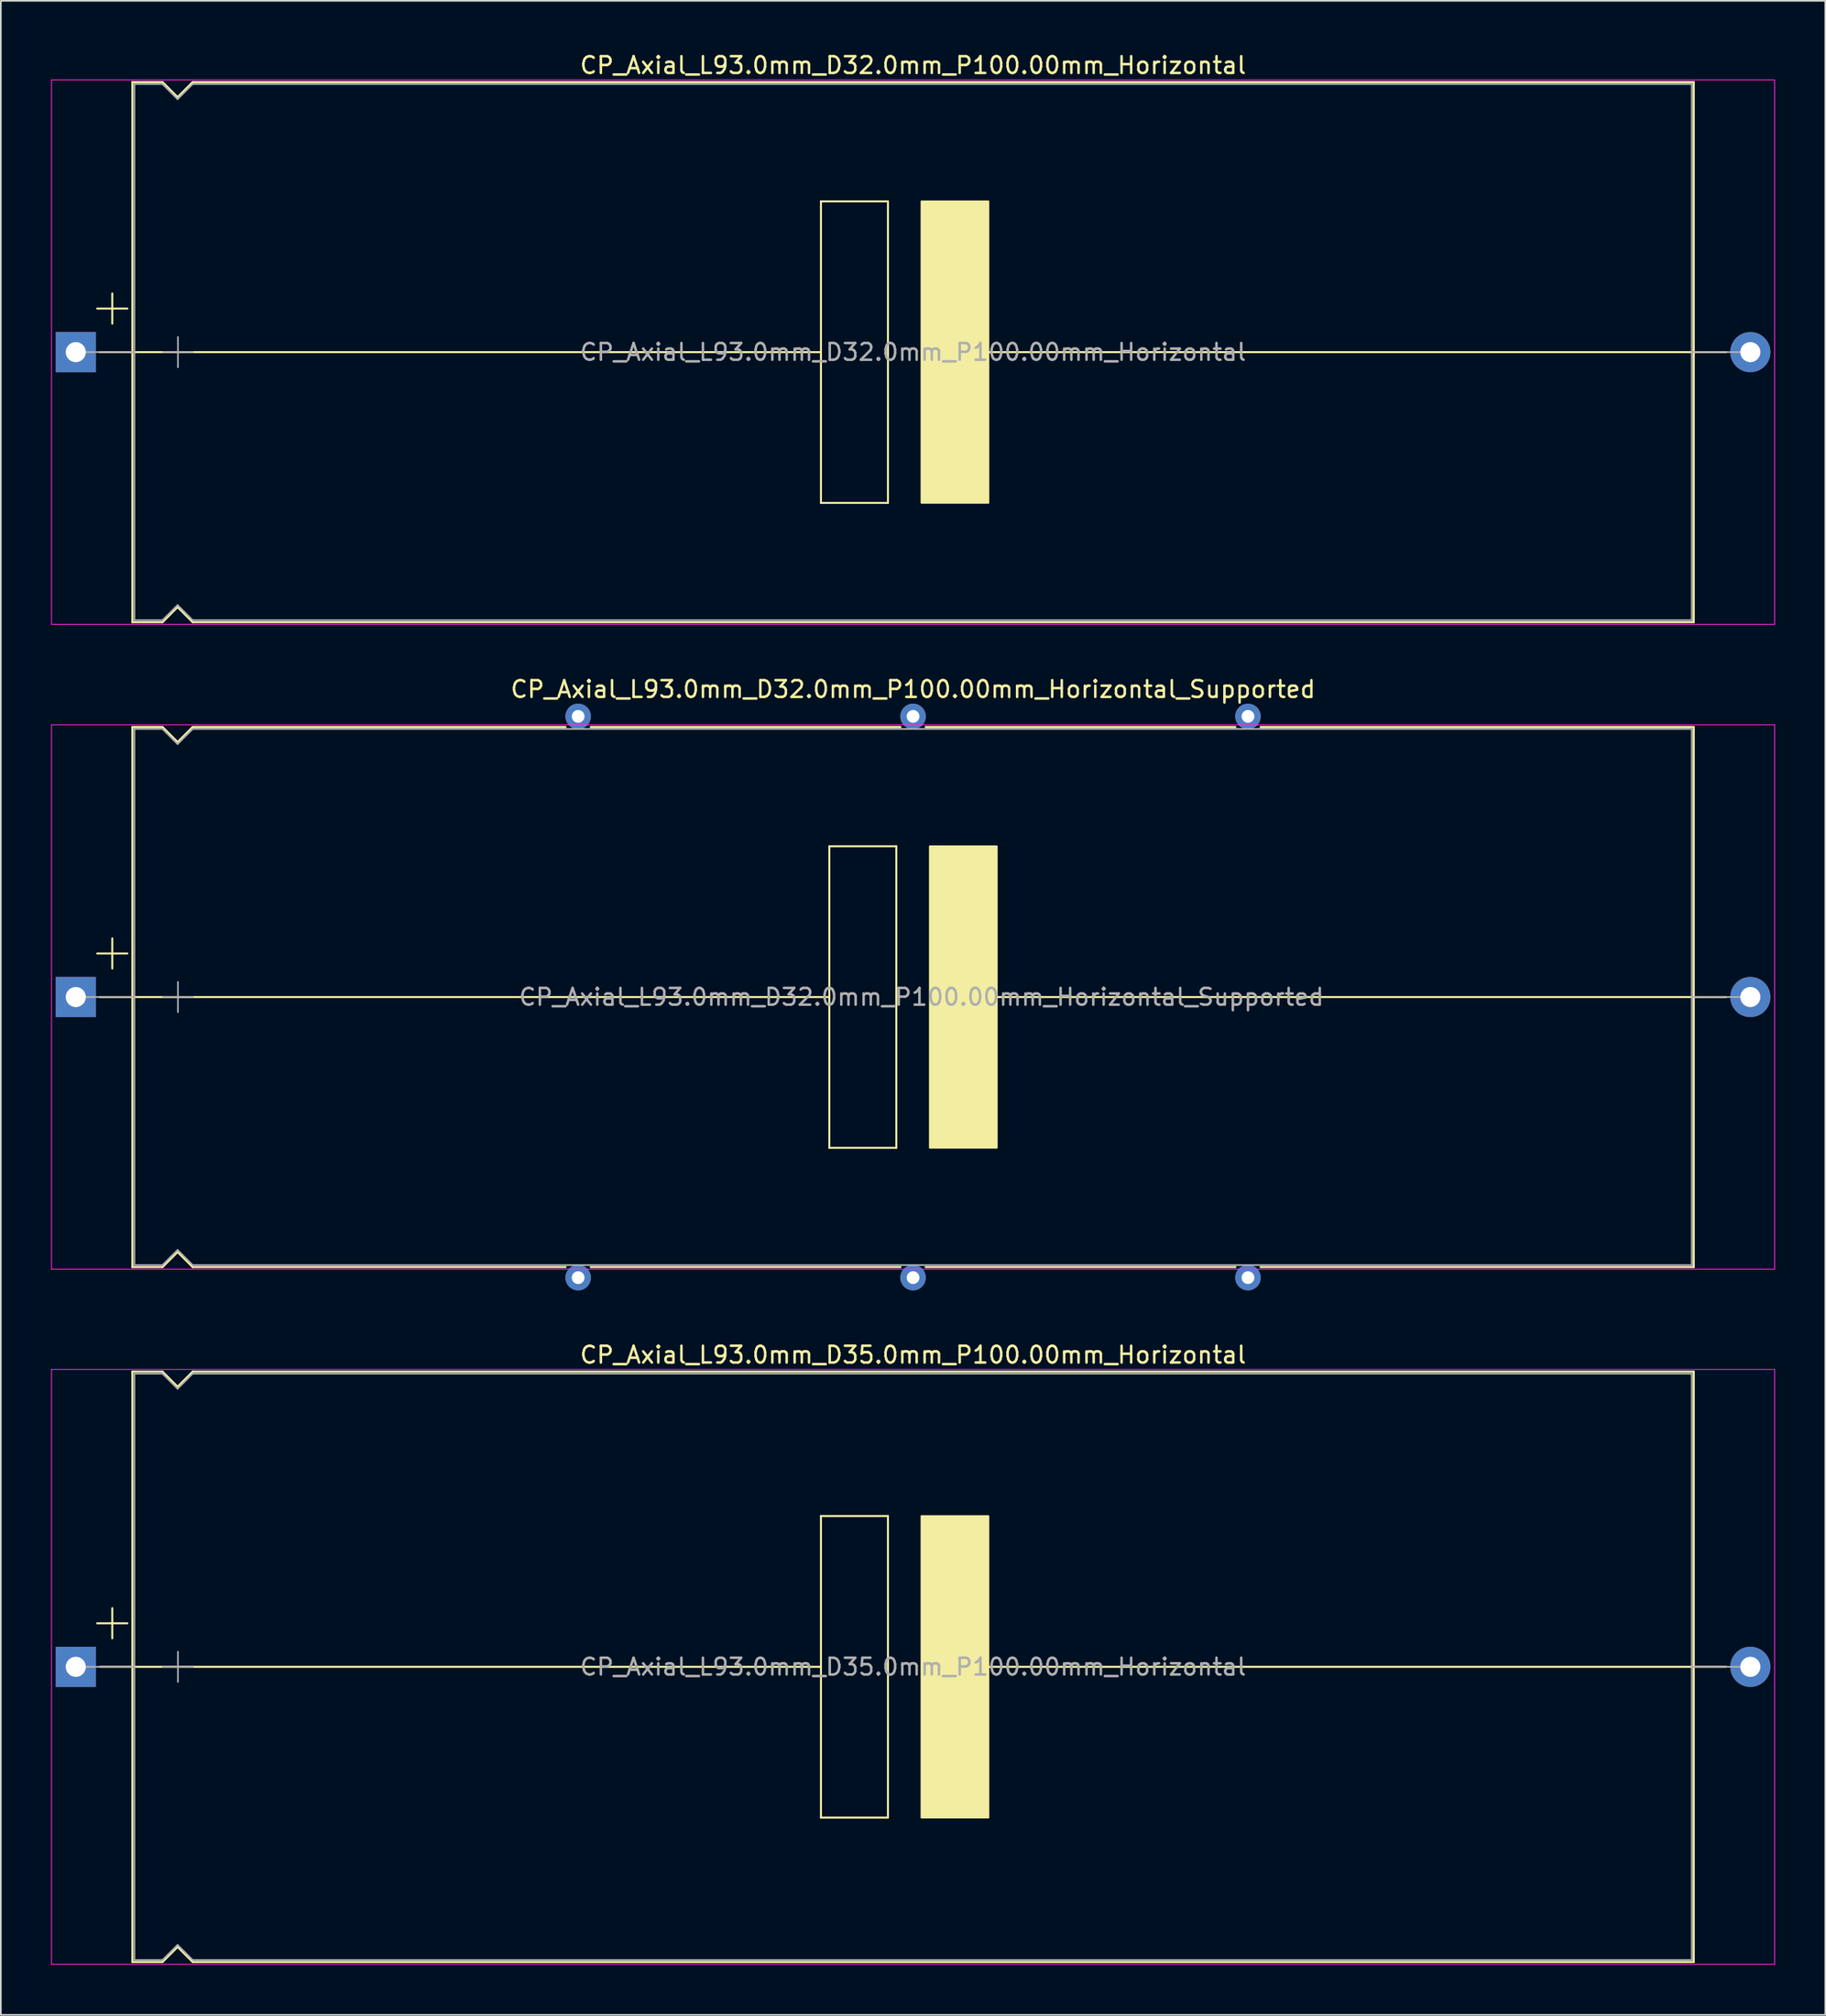
<source format=kicad_pcb>
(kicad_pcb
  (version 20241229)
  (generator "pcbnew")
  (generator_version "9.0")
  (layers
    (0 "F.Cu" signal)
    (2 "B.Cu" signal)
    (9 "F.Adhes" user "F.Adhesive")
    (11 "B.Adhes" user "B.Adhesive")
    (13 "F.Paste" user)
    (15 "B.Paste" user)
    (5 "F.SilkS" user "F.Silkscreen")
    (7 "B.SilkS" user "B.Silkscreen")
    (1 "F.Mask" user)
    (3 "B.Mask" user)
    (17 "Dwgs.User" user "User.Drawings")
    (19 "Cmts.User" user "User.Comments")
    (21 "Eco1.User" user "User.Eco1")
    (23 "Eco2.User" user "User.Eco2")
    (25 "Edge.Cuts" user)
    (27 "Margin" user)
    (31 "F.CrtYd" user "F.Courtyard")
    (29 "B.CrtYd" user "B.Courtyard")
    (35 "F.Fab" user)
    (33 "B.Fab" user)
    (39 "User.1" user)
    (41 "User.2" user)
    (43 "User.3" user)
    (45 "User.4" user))
  (footprint "CP_Axial_L93.0mm_D32.0mm_P100.00mm_Horizontal_Supported"
    (layer "F.Cu")
    (at 1.475 56.462)
    (property "Reference" "CP_Axial_L93.0mm_D32.0mm_P100.00mm_Horizontal_Supported" (at 50 -18.37 0) (layer "F.SilkS") (effects (font (size 1 1) (thickness 0.15))))
    (attr through_hole)
    (fp_line (start 1.28 -2.6) (end 3.08 -2.6) (stroke (width 0.12) (type solid)) (layer "F.SilkS"))
    (fp_line (start 1.44 0) (end 3.38 0) (stroke (width 0.12) (type solid)) (layer "F.SilkS"))
    (fp_line (start 2.18 -3.5) (end 2.18 -1.7) (stroke (width 0.12) (type solid)) (layer "F.SilkS"))
    (fp_line (start 3.38 -16.12) (end 3.38 16.12) (stroke (width 0.12) (type solid)) (layer "F.SilkS"))
    (fp_line (start 3.38 -16.12) (end 5.18 -16.12) (stroke (width 0.12) (type solid)) (layer "F.SilkS"))
    (fp_line (start 3.38 0) (end 45 0) (stroke (width 0.12) (type solid)) (layer "F.SilkS"))
    (fp_line (start 3.38 16.12) (end 5.18 16.12) (stroke (width 0.12) (type solid)) (layer "F.SilkS"))
    (fp_line (start 5.18 -16.12) (end 6.08 -15.22) (stroke (width 0.12) (type solid)) (layer "F.SilkS"))
    (fp_line (start 5.18 16.12) (end 6.08 15.22) (stroke (width 0.12) (type solid)) (layer "F.SilkS"))
    (fp_line (start 6.08 -15.22) (end 6.98 -16.12) (stroke (width 0.12) (type solid)) (layer "F.SilkS"))
    (fp_line (start 6.08 15.22) (end 6.98 16.12) (stroke (width 0.12) (type solid)) (layer "F.SilkS"))
    (fp_line (start 6.98 -16.12) (end 29.25 -16.12) (stroke (width 0.12) (type solid)) (layer "F.SilkS"))
    (fp_line (start 6.98 16.12) (end 29.25 16.12) (stroke (width 0.12) (type solid)) (layer "F.SilkS"))
    (fp_line (start 30.75 -16.12) (end 49.25 -16.12) (stroke (width 0.12) (type solid)) (layer "F.SilkS"))
    (fp_line (start 30.75 16.12) (end 49.25 16.12) (stroke (width 0.12) (type solid)) (layer "F.SilkS"))
    (fp_line (start 45 -9) (end 49 -9) (stroke (width 0.12) (type solid)) (layer "F.SilkS"))
    (fp_line (start 45 9) (end 45 -9) (stroke (width 0.12) (type solid)) (layer "F.SilkS"))
    (fp_line (start 49 -9) (end 49 9) (stroke (width 0.12) (type solid)) (layer "F.SilkS"))
    (fp_line (start 49 9) (end 45 9) (stroke (width 0.12) (type solid)) (layer "F.SilkS"))
    (fp_line (start 50.75 -16.12) (end 69.25 -16.12) (stroke (width 0.12) (type solid)) (layer "F.SilkS"))
    (fp_line (start 50.75 16.12) (end 69.25 16.12) (stroke (width 0.12) (type solid)) (layer "F.SilkS"))
    (fp_line (start 54.5 0) (end 96.62 0) (stroke (width 0.12) (type solid)) (layer "F.SilkS"))
    (fp_line (start 70.75 -16.12) (end 96.62 -16.12) (stroke (width 0.12) (type solid)) (layer "F.SilkS"))
    (fp_line (start 70.75 16.12) (end 96.62 16.12) (stroke (width 0.12) (type solid)) (layer "F.SilkS"))
    (fp_line (start 96.62 -16.12) (end 96.62 16.12) (stroke (width 0.12) (type solid)) (layer "F.SilkS"))
    (fp_line (start 98.56 0) (end 96.62 0) (stroke (width 0.12) (type solid)) (layer "F.SilkS"))
    (fp_poly (pts (xy 55 9) (xy 51 9) (xy 51 -9) (xy 55 -9)) (stroke (width 0.1) (type solid)) (fill yes) (layer "F.SilkS"))
    (fp_line (start -1.45 -16.25) (end -1.45 16.25) (stroke (width 0.05) (type solid)) (layer "F.CrtYd"))
    (fp_line (start -1.45 16.25) (end 101.45 16.25) (stroke (width 0.05) (type solid)) (layer "F.CrtYd"))
    (fp_line (start 101.45 -16.25) (end -1.45 -16.25) (stroke (width 0.05) (type solid)) (layer "F.CrtYd"))
    (fp_line (start 101.45 16.25) (end 101.45 -16.25) (stroke (width 0.05) (type solid)) (layer "F.CrtYd"))
    (fp_line (start 0 0) (end 3.5 0) (stroke (width 0.1) (type solid)) (layer "F.Fab"))
    (fp_line (start 3.5 -16) (end 3.5 16) (stroke (width 0.1) (type solid)) (layer "F.Fab"))
    (fp_line (start 3.5 -16) (end 5.18 -16) (stroke (width 0.1) (type solid)) (layer "F.Fab"))
    (fp_line (start 3.5 16) (end 5.18 16) (stroke (width 0.1) (type solid)) (layer "F.Fab"))
    (fp_line (start 5.18 -16) (end 6.08 -15.1) (stroke (width 0.1) (type solid)) (layer "F.Fab"))
    (fp_line (start 5.18 16) (end 6.08 15.1) (stroke (width 0.1) (type solid)) (layer "F.Fab"))
    (fp_line (start 5.2 0) (end 7 0) (stroke (width 0.1) (type solid)) (layer "F.Fab"))
    (fp_line (start 6.08 -15.1) (end 6.98 -16) (stroke (width 0.1) (type solid)) (layer "F.Fab"))
    (fp_line (start 6.08 15.1) (end 6.98 16) (stroke (width 0.1) (type solid)) (layer "F.Fab"))
    (fp_line (start 6.1 -0.9) (end 6.1 0.9) (stroke (width 0.1) (type solid)) (layer "F.Fab"))
    (fp_line (start 6.98 -16) (end 96.5 -16) (stroke (width 0.1) (type solid)) (layer "F.Fab"))
    (fp_line (start 6.98 16) (end 96.5 16) (stroke (width 0.1) (type solid)) (layer "F.Fab"))
    (fp_line (start 96.5 -16) (end 96.5 16) (stroke (width 0.1) (type solid)) (layer "F.Fab"))
    (fp_line (start 100 0) (end 96.5 0) (stroke (width 0.1) (type solid)) (layer "F.Fab"))
    (fp_text user "${REFERENCE}" (at 50.5 0 0) (layer "F.Fab") (effects (font (size 1 1) (thickness 0.15))))
    (pad "" thru_hole circle (at 30 -16.75) (size 1.524 1.524) (drill 0.762) (layers "*.Cu" "*.Mask"))
    (pad "" thru_hole circle (at 30 16.75) (size 1.524 1.524) (drill 0.762) (layers "*.Cu" "*.Mask"))
    (pad "" thru_hole circle (at 50 -16.75) (size 1.524 1.524) (drill 0.762) (layers "*.Cu" "*.Mask"))
    (pad "" thru_hole circle (at 50 16.75) (size 1.524 1.524) (drill 0.762) (layers "*.Cu" "*.Mask"))
    (pad "" thru_hole circle (at 70 -16.75) (size 1.524 1.524) (drill 0.762) (layers "*.Cu" "*.Mask"))
    (pad "" thru_hole circle (at 70 16.75) (size 1.524 1.524) (drill 0.762) (layers "*.Cu" "*.Mask"))
    (pad "1" thru_hole rect (at 0 0) (size 2.4 2.4) (drill 1.2) (layers "*.Cu" "*.Mask"))
    (pad "2" thru_hole oval (at 100 0) (size 2.4 2.4) (drill 1.2) (layers "*.Cu" "*.Mask")))
  (footprint "CP_Axial_L93.0mm_D35.0mm_P100.00mm_Horizontal"
    (layer "F.Cu")
    (at 1.475 96.442)
    (property "Reference" "CP_Axial_L93.0mm_D35.0mm_P100.00mm_Horizontal" (at 50 -18.62 0) (layer "F.SilkS") (effects (font (size 1 1) (thickness 0.15))))
    (attr through_hole)
    (fp_line (start 1.28 -2.6) (end 3.08 -2.6) (stroke (width 0.12) (type solid)) (layer "F.SilkS"))
    (fp_line (start 1.44 0) (end 3.38 0) (stroke (width 0.12) (type solid)) (layer "F.SilkS"))
    (fp_line (start 2.18 -3.5) (end 2.18 -1.7) (stroke (width 0.12) (type solid)) (layer "F.SilkS"))
    (fp_line (start 3.38 -17.62) (end 3.38 17.62) (stroke (width 0.12) (type solid)) (layer "F.SilkS"))
    (fp_line (start 3.38 -17.62) (end 5.18 -17.62) (stroke (width 0.12) (type solid)) (layer "F.SilkS"))
    (fp_line (start 3.38 0) (end 44.5 0) (stroke (width 0.12) (type solid)) (layer "F.SilkS"))
    (fp_line (start 3.38 17.62) (end 5.18 17.62) (stroke (width 0.12) (type solid)) (layer "F.SilkS"))
    (fp_line (start 5.18 -17.62) (end 6.08 -16.72) (stroke (width 0.12) (type solid)) (layer "F.SilkS"))
    (fp_line (start 5.18 17.62) (end 6.08 16.72) (stroke (width 0.12) (type solid)) (layer "F.SilkS"))
    (fp_line (start 6.08 -16.72) (end 6.98 -17.62) (stroke (width 0.12) (type solid)) (layer "F.SilkS"))
    (fp_line (start 6.08 16.72) (end 6.98 17.62) (stroke (width 0.12) (type solid)) (layer "F.SilkS"))
    (fp_line (start 6.98 -17.62) (end 96.62 -17.62) (stroke (width 0.12) (type solid)) (layer "F.SilkS"))
    (fp_line (start 6.98 17.62) (end 96.62 17.62) (stroke (width 0.12) (type solid)) (layer "F.SilkS"))
    (fp_line (start 44.5 -9) (end 48.5 -9) (stroke (width 0.12) (type solid)) (layer "F.SilkS"))
    (fp_line (start 44.5 9) (end 44.5 -9) (stroke (width 0.12) (type solid)) (layer "F.SilkS"))
    (fp_line (start 48.5 -9) (end 48.5 9) (stroke (width 0.12) (type solid)) (layer "F.SilkS"))
    (fp_line (start 48.5 9) (end 44.5 9) (stroke (width 0.12) (type solid)) (layer "F.SilkS"))
    (fp_line (start 54.5 0) (end 96.62 0) (stroke (width 0.12) (type solid)) (layer "F.SilkS"))
    (fp_line (start 96.62 -17.62) (end 96.62 17.62) (stroke (width 0.12) (type solid)) (layer "F.SilkS"))
    (fp_line (start 98.56 0) (end 96.62 0) (stroke (width 0.12) (type solid)) (layer "F.SilkS"))
    (fp_poly (pts (xy 54.5 9) (xy 50.5 9) (xy 50.5 -9) (xy 54.5 -9)) (stroke (width 0.1) (type solid)) (fill yes) (layer "F.SilkS"))
    (fp_line (start -1.45 -17.75) (end -1.45 17.75) (stroke (width 0.05) (type solid)) (layer "F.CrtYd"))
    (fp_line (start -1.45 17.75) (end 101.45 17.75) (stroke (width 0.05) (type solid)) (layer "F.CrtYd"))
    (fp_line (start 101.45 -17.75) (end -1.45 -17.75) (stroke (width 0.05) (type solid)) (layer "F.CrtYd"))
    (fp_line (start 101.45 17.75) (end 101.45 -17.75) (stroke (width 0.05) (type solid)) (layer "F.CrtYd"))
    (fp_line (start 0 0) (end 3.5 0) (stroke (width 0.1) (type solid)) (layer "F.Fab"))
    (fp_line (start 3.5 -17.5) (end 3.5 17.5) (stroke (width 0.1) (type solid)) (layer "F.Fab"))
    (fp_line (start 3.5 -17.5) (end 5.18 -17.5) (stroke (width 0.1) (type solid)) (layer "F.Fab"))
    (fp_line (start 3.5 17.5) (end 5.18 17.5) (stroke (width 0.1) (type solid)) (layer "F.Fab"))
    (fp_line (start 5.18 -17.5) (end 6.08 -16.6) (stroke (width 0.1) (type solid)) (layer "F.Fab"))
    (fp_line (start 5.18 17.5) (end 6.08 16.6) (stroke (width 0.1) (type solid)) (layer "F.Fab"))
    (fp_line (start 5.2 0) (end 7 0) (stroke (width 0.1) (type solid)) (layer "F.Fab"))
    (fp_line (start 6.08 -16.6) (end 6.98 -17.5) (stroke (width 0.1) (type solid)) (layer "F.Fab"))
    (fp_line (start 6.08 16.6) (end 6.98 17.5) (stroke (width 0.1) (type solid)) (layer "F.Fab"))
    (fp_line (start 6.1 -0.9) (end 6.1 0.9) (stroke (width 0.1) (type solid)) (layer "F.Fab"))
    (fp_line (start 6.98 -17.5) (end 96.5 -17.5) (stroke (width 0.1) (type solid)) (layer "F.Fab"))
    (fp_line (start 6.98 17.5) (end 96.5 17.5) (stroke (width 0.1) (type solid)) (layer "F.Fab"))
    (fp_line (start 96.5 -17.5) (end 96.5 17.5) (stroke (width 0.1) (type solid)) (layer "F.Fab"))
    (fp_line (start 100 0) (end 96.5 0) (stroke (width 0.1) (type solid)) (layer "F.Fab"))
    (fp_text user "${REFERENCE}" (at 50 0 0) (layer "F.Fab") (effects (font (size 1 1) (thickness 0.15))))
    (pad "1" thru_hole rect (at 0 0) (size 2.4 2.4) (drill 1.2) (layers "*.Cu" "*.Mask"))
    (pad "2" thru_hole oval (at 100 0) (size 2.4 2.4) (drill 1.2) (layers "*.Cu" "*.Mask")))
  (footprint "CP_Axial_L93.0mm_D32.0mm_P100.00mm_Horizontal"
    (layer "F.Cu")
    (at 1.475 17.968)
    (property "Reference" "CP_Axial_L93.0mm_D32.0mm_P100.00mm_Horizontal" (at 50 -17.12 0) (layer "F.SilkS") (effects (font (size 1 1) (thickness 0.15))))
    (attr through_hole)
    (fp_line (start 1.28 -2.6) (end 3.08 -2.6) (stroke (width 0.12) (type solid)) (layer "F.SilkS"))
    (fp_line (start 1.44 0) (end 3.38 0) (stroke (width 0.12) (type solid)) (layer "F.SilkS"))
    (fp_line (start 2.18 -3.5) (end 2.18 -1.7) (stroke (width 0.12) (type solid)) (layer "F.SilkS"))
    (fp_line (start 3.38 -16.12) (end 3.38 16.12) (stroke (width 0.12) (type solid)) (layer "F.SilkS"))
    (fp_line (start 3.38 -16.12) (end 5.18 -16.12) (stroke (width 0.12) (type solid)) (layer "F.SilkS"))
    (fp_line (start 3.38 0) (end 44.5 0) (stroke (width 0.12) (type solid)) (layer "F.SilkS"))
    (fp_line (start 3.38 16.12) (end 5.18 16.12) (stroke (width 0.12) (type solid)) (layer "F.SilkS"))
    (fp_line (start 5.18 -16.12) (end 6.08 -15.22) (stroke (width 0.12) (type solid)) (layer "F.SilkS"))
    (fp_line (start 5.18 16.12) (end 6.08 15.22) (stroke (width 0.12) (type solid)) (layer "F.SilkS"))
    (fp_line (start 6.08 -15.22) (end 6.98 -16.12) (stroke (width 0.12) (type solid)) (layer "F.SilkS"))
    (fp_line (start 6.08 15.22) (end 6.98 16.12) (stroke (width 0.12) (type solid)) (layer "F.SilkS"))
    (fp_line (start 6.98 -16.12) (end 96.62 -16.12) (stroke (width 0.12) (type solid)) (layer "F.SilkS"))
    (fp_line (start 6.98 16.12) (end 96.62 16.12) (stroke (width 0.12) (type solid)) (layer "F.SilkS"))
    (fp_line (start 44.5 -9) (end 48.5 -9) (stroke (width 0.12) (type solid)) (layer "F.SilkS"))
    (fp_line (start 44.5 9) (end 44.5 -9) (stroke (width 0.12) (type solid)) (layer "F.SilkS"))
    (fp_line (start 48.5 -9) (end 48.5 9) (stroke (width 0.12) (type solid)) (layer "F.SilkS"))
    (fp_line (start 48.5 9) (end 44.5 9) (stroke (width 0.12) (type solid)) (layer "F.SilkS"))
    (fp_line (start 54.5 0) (end 96.62 0) (stroke (width 0.12) (type solid)) (layer "F.SilkS"))
    (fp_line (start 96.62 -16.12) (end 96.62 16.12) (stroke (width 0.12) (type solid)) (layer "F.SilkS"))
    (fp_line (start 98.56 0) (end 96.62 0) (stroke (width 0.12) (type solid)) (layer "F.SilkS"))
    (fp_poly (pts (xy 54.5 9) (xy 50.5 9) (xy 50.5 -9) (xy 54.5 -9)) (stroke (width 0.1) (type solid)) (fill yes) (layer "F.SilkS"))
    (fp_line (start -1.45 -16.25) (end -1.45 16.25) (stroke (width 0.05) (type solid)) (layer "F.CrtYd"))
    (fp_line (start -1.45 16.25) (end 101.45 16.25) (stroke (width 0.05) (type solid)) (layer "F.CrtYd"))
    (fp_line (start 101.45 -16.25) (end -1.45 -16.25) (stroke (width 0.05) (type solid)) (layer "F.CrtYd"))
    (fp_line (start 101.45 16.25) (end 101.45 -16.25) (stroke (width 0.05) (type solid)) (layer "F.CrtYd"))
    (fp_line (start 0 0) (end 3.5 0) (stroke (width 0.1) (type solid)) (layer "F.Fab"))
    (fp_line (start 3.5 -16) (end 3.5 16) (stroke (width 0.1) (type solid)) (layer "F.Fab"))
    (fp_line (start 3.5 -16) (end 5.18 -16) (stroke (width 0.1) (type solid)) (layer "F.Fab"))
    (fp_line (start 3.5 16) (end 5.18 16) (stroke (width 0.1) (type solid)) (layer "F.Fab"))
    (fp_line (start 5.18 -16) (end 6.08 -15.1) (stroke (width 0.1) (type solid)) (layer "F.Fab"))
    (fp_line (start 5.18 16) (end 6.08 15.1) (stroke (width 0.1) (type solid)) (layer "F.Fab"))
    (fp_line (start 5.2 0) (end 7 0) (stroke (width 0.1) (type solid)) (layer "F.Fab"))
    (fp_line (start 6.08 -15.1) (end 6.98 -16) (stroke (width 0.1) (type solid)) (layer "F.Fab"))
    (fp_line (start 6.08 15.1) (end 6.98 16) (stroke (width 0.1) (type solid)) (layer "F.Fab"))
    (fp_line (start 6.1 -0.9) (end 6.1 0.9) (stroke (width 0.1) (type solid)) (layer "F.Fab"))
    (fp_line (start 6.98 -16) (end 96.5 -16) (stroke (width 0.1) (type solid)) (layer "F.Fab"))
    (fp_line (start 6.98 16) (end 96.5 16) (stroke (width 0.1) (type solid)) (layer "F.Fab"))
    (fp_line (start 96.5 -16) (end 96.5 16) (stroke (width 0.1) (type solid)) (layer "F.Fab"))
    (fp_line (start 100 0) (end 96.5 0) (stroke (width 0.1) (type solid)) (layer "F.Fab"))
    (fp_text user "${REFERENCE}" (at 50 0 0) (layer "F.Fab") (effects (font (size 1 1) (thickness 0.15))))
    (pad "1" thru_hole rect (at 0 0) (size 2.4 2.4) (drill 1.2) (layers "*.Cu" "*.Mask"))
    (pad "2" thru_hole oval (at 100 0) (size 2.4 2.4) (drill 1.2) (layers "*.Cu" "*.Mask")))
  (gr_rect
    (start -3 -3)
    (end 105.95 117.217)
    (stroke (width 0.1) (type default))
    (fill no)
    (layer "Edge.Cuts")))
</source>
